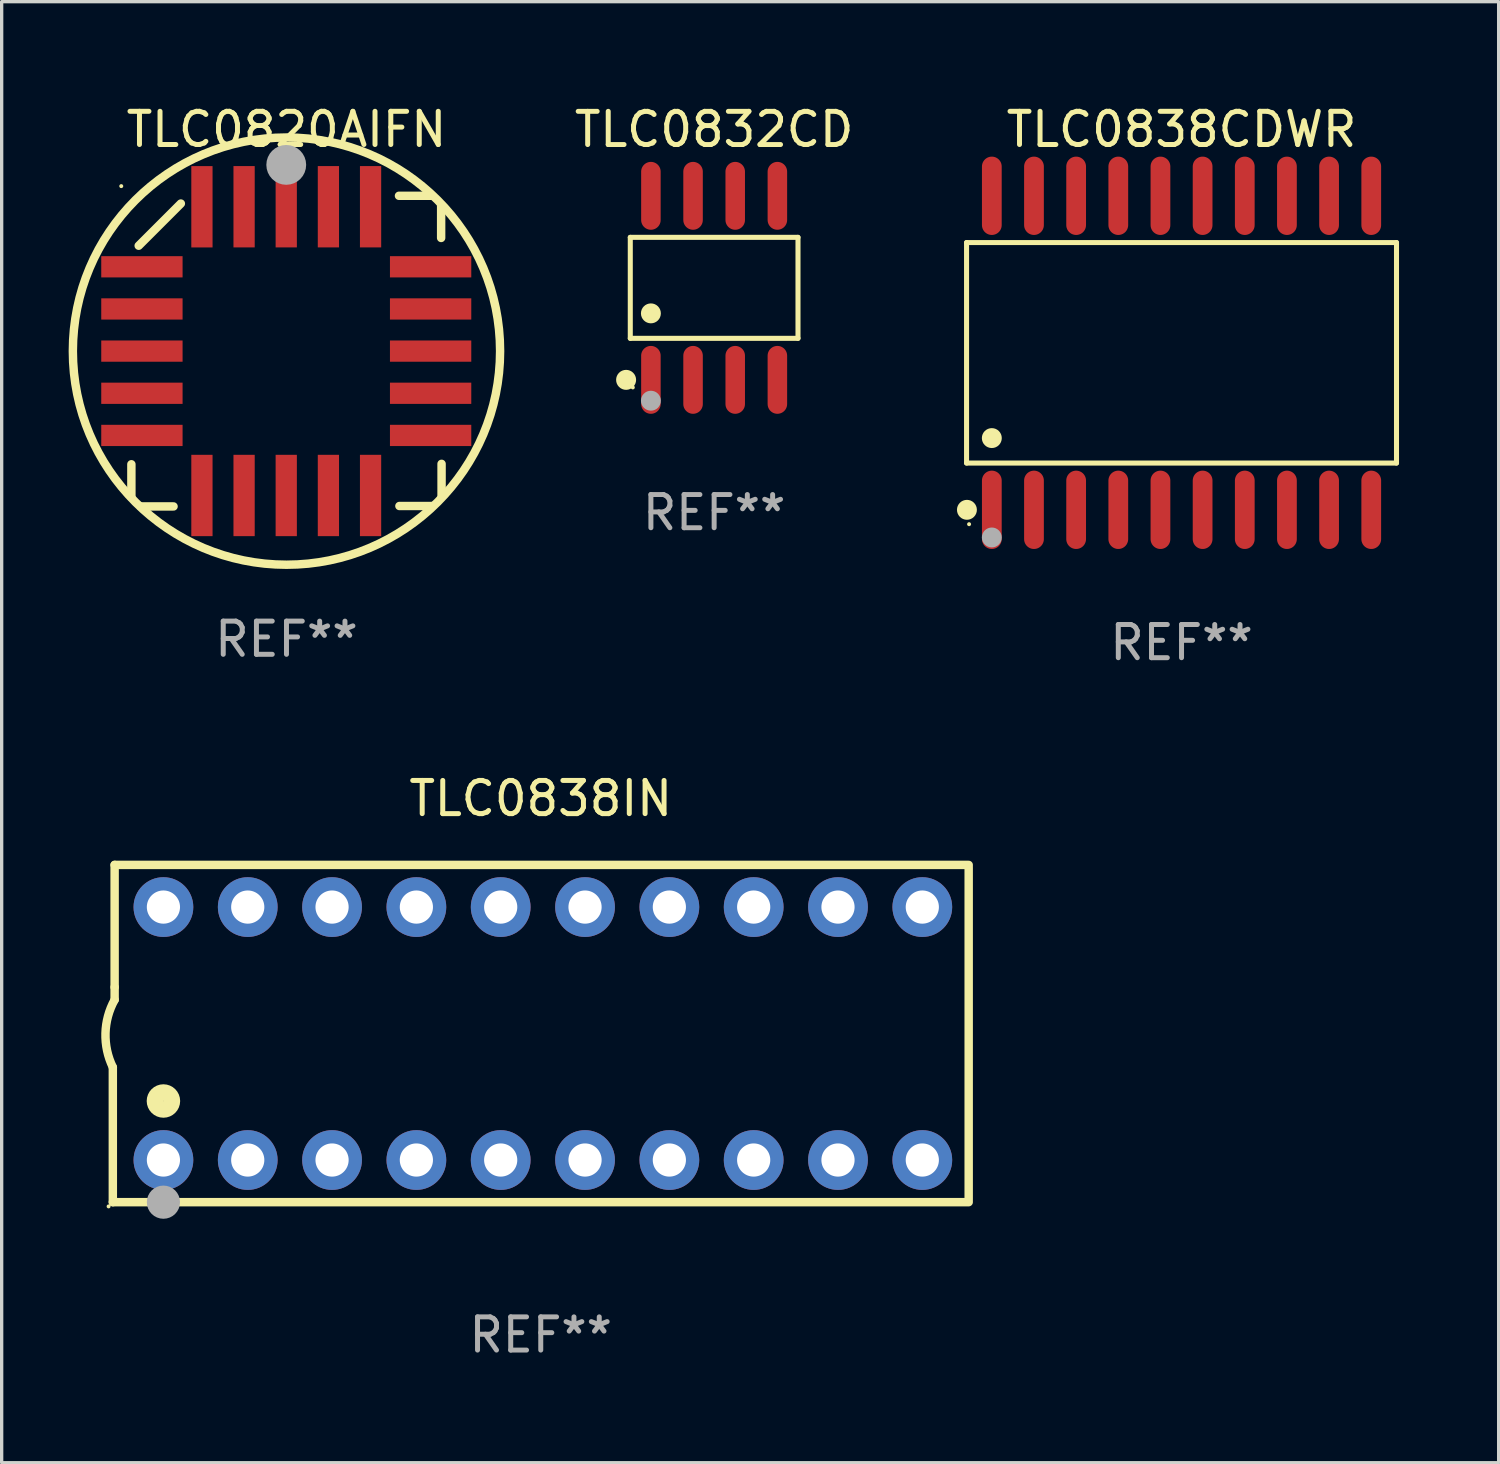
<source format=kicad_pcb>
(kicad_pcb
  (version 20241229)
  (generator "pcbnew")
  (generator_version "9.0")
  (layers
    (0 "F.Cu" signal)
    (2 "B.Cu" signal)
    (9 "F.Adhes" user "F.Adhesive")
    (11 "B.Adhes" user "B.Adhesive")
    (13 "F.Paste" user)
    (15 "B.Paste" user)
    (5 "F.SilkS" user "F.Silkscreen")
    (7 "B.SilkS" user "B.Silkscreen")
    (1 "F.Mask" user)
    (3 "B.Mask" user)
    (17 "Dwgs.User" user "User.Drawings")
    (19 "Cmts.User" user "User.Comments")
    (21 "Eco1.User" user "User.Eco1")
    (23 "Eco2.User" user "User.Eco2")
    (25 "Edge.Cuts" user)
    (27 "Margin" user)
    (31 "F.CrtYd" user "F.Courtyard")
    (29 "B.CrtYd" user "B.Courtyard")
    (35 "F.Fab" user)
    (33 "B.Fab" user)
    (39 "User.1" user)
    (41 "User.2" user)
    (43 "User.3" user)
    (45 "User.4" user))
  (footprint "TLC0838IN"
    (layer "F.Cu")
    (at 13.24 28.085)
    (property "Reference" "TLC0838IN" (at 0 -7.08 0) (layer "F.SilkS") (effects (font (size 1 1) (thickness 0.15))))
    (attr through_hole)
    (fp_line (start -12.891 5.08) (end -12.891 1.016) (stroke (width 0.254) (type solid)) (layer "F.SilkS"))
    (fp_line (start -12.891 5.08) (end 12.891 5.08) (stroke (width 0.254) (type solid)) (layer "F.SilkS"))
    (fp_line (start -12.837 -5.08) (end -12.837 -1.397) (stroke (width 0.254) (type solid)) (layer "F.SilkS"))
    (fp_line (start -12.837 -5.08) (end 12.891 -5.08) (stroke (width 0.254) (type solid)) (layer "F.SilkS"))
    (fp_line (start -12.837 -1.397) (end -12.837 -1.016) (stroke (width 0.254) (type solid)) (layer "F.SilkS"))
    (fp_line (start 12.891 -5) (end 12.891 5) (stroke (width 0.254) (type solid)) (layer "F.SilkS"))
    (fp_arc (start -12.890526 1.016002) (mid -13.111945 -0.006602) (end -12.836525 -1.016002) (stroke (width 0.254001) (type solid)) (layer "F.SilkS"))
    (fp_circle (center -13.018 5.207) (end -12.988 5.207) (stroke (width 0.06) (type solid)) (fill no) (layer "F.SilkS"))
    (fp_circle (center -11.367 2.032) (end -11.113 2.032) (stroke (width 0.5) (type solid)) (fill no) (layer "F.SilkS"))
    (fp_circle (center -11.367 5.08) (end -11.117 5.08) (stroke (width 0.5) (type solid)) (fill no) (layer "F.Fab"))
    (fp_text user "REF**" (at 0 9.08 0) (layer "F.Fab") (effects (font (size 1 1) (thickness 0.15))))
    (pad "1" thru_hole circle (at -11.367 3.81) (size 1.8 1.8) (drill 1) (layers "*.Cu" "*.Mask"))
    (pad "2" thru_hole circle (at -8.827 3.81) (size 1.8 1.8) (drill 1) (layers "*.Cu" "*.Mask"))
    (pad "3" thru_hole circle (at -6.287 3.81) (size 1.8 1.8) (drill 1) (layers "*.Cu" "*.Mask"))
    (pad "4" thru_hole circle (at -3.747 3.81) (size 1.8 1.8) (drill 1) (layers "*.Cu" "*.Mask"))
    (pad "5" thru_hole circle (at -1.207 3.81) (size 1.8 1.8) (drill 1) (layers "*.Cu" "*.Mask"))
    (pad "6" thru_hole circle (at 1.334 3.81) (size 1.8 1.8) (drill 1) (layers "*.Cu" "*.Mask"))
    (pad "7" thru_hole circle (at 3.874 3.81) (size 1.8 1.8) (drill 1) (layers "*.Cu" "*.Mask"))
    (pad "8" thru_hole circle (at 6.414 3.81) (size 1.8 1.8) (drill 1) (layers "*.Cu" "*.Mask"))
    (pad "9" thru_hole circle (at 8.954 3.81) (size 1.8 1.8) (drill 1) (layers "*.Cu" "*.Mask"))
    (pad "10" thru_hole circle (at 11.494 3.81) (size 1.8 1.8) (drill 1) (layers "*.Cu" "*.Mask"))
    (pad "11" thru_hole circle (at 11.494 -3.81) (size 1.8 1.8) (drill 1) (layers "*.Cu" "*.Mask"))
    (pad "12" thru_hole circle (at 8.954 -3.81) (size 1.8 1.8) (drill 1) (layers "*.Cu" "*.Mask"))
    (pad "13" thru_hole circle (at 6.414 -3.81) (size 1.8 1.8) (drill 1) (layers "*.Cu" "*.Mask"))
    (pad "14" thru_hole circle (at 3.874 -3.81) (size 1.8 1.8) (drill 1) (layers "*.Cu" "*.Mask"))
    (pad "15" thru_hole circle (at 1.334 -3.81) (size 1.8 1.8) (drill 1) (layers "*.Cu" "*.Mask"))
    (pad "16" thru_hole circle (at -1.207 -3.81) (size 1.8 1.8) (drill 1) (layers "*.Cu" "*.Mask"))
    (pad "17" thru_hole circle (at -3.747 -3.81) (size 1.8 1.8) (drill 1) (layers "*.Cu" "*.Mask"))
    (pad "18" thru_hole circle (at -6.287 -3.81) (size 1.8 1.8) (drill 1) (layers "*.Cu" "*.Mask"))
    (pad "19" thru_hole circle (at -8.827 -3.81) (size 1.8 1.8) (drill 1) (layers "*.Cu" "*.Mask"))
    (pad "20" thru_hole circle (at -11.367 -3.81) (size 1.8 1.8) (drill 1) (layers "*.Cu" "*.Mask")))
  (footprint "TLC0820AIFN"
    (layer "F.Cu")
    (at 5.58 7.527)
    (property "Reference" "TLC0820AIFN" (at 0 -6.679 0) (layer "F.SilkS") (effects (font (size 1 1) (thickness 0.15))))
    (attr through_hole)
    (fp_line (start -4.672 4.4) (end -4.672 3.409) (stroke (width 0.254) (type solid)) (layer "F.SilkS"))
    (fp_line (start -4.452 -3.175) (end -3.182 -4.445) (stroke (width 0.254) (type solid)) (layer "F.SilkS"))
    (fp_line (start -4.393 4.679) (end -3.402 4.679) (stroke (width 0.254) (type solid)) (layer "F.SilkS"))
    (fp_line (start 4.379 -4.679) (end 3.389 -4.679) (stroke (width 0.254) (type solid)) (layer "F.SilkS"))
    (fp_line (start 4.393 4.666) (end 3.402 4.666) (stroke (width 0.254) (type solid)) (layer "F.SilkS"))
    (fp_line (start 4.659 -4.4) (end 4.659 -3.409) (stroke (width 0.254) (type solid)) (layer "F.SilkS"))
    (fp_line (start 4.672 4.386) (end 4.672 3.396) (stroke (width 0.254) (type solid)) (layer "F.SilkS"))
    (fp_arc (start -4.672276 4.424968) (mid 4.672254 -4.424946) (end -4.672276 4.424968) (stroke (width 0.254001) (type solid)) (layer "F.SilkS"))
    (fp_arc (start 0.089827 -5.759969) (mid 0.097662 -5.803742) (end 0.120307 -5.842012) (stroke (width 0.249936) (type solid)) (layer "F.SilkS"))
    (fp_circle (center -4.977 -4.97) (end -4.947 -4.97) (stroke (width 0.06) (type solid)) (fill no) (layer "F.SilkS"))
    (fp_circle (center -0.007 -5.61) (end 0.293 -5.61) (stroke (width 0.6) (type solid)) (fill no) (layer "F.Fab"))
    (fp_text user "REF**" (at 0 8.679 0) (layer "F.Fab") (effects (font (size 1 1) (thickness 0.15))))
    (pad "1" smd rect (at -0.007 -4.349) (size 0.64 2.45) (layers "F.Cu" "F.Mask" "F.Paste"))
    (pad "2" smd rect (at -1.277 -4.349) (size 0.64 2.45) (layers "F.Cu" "F.Mask" "F.Paste"))
    (pad "3" smd rect (at -2.547 -4.348) (size 0.64 2.45) (layers "F.Cu" "F.Mask" "F.Paste"))
    (pad "4" smd rect (at -4.355 -2.54) (size 2.45 0.64) (layers "F.Cu" "F.Mask" "F.Paste"))
    (pad "5" smd rect (at -4.355 -1.27) (size 2.45 0.64) (layers "F.Cu" "F.Mask" "F.Paste"))
    (pad "6" smd rect (at -4.355 0) (size 2.45 0.64) (layers "F.Cu" "F.Mask" "F.Paste"))
    (pad "7" smd rect (at -4.355 1.27) (size 2.45 0.64) (layers "F.Cu" "F.Mask" "F.Paste"))
    (pad "8" smd rect (at -4.355 2.54) (size 2.45 0.64) (layers "F.Cu" "F.Mask" "F.Paste"))
    (pad "9" smd rect (at -2.547 4.349) (size 0.64 2.45) (layers "F.Cu" "F.Mask" "F.Paste"))
    (pad "10" smd rect (at -1.277 4.349) (size 0.64 2.45) (layers "F.Cu" "F.Mask" "F.Paste"))
    (pad "11" smd rect (at -0.007 4.349) (size 0.64 2.45) (layers "F.Cu" "F.Mask" "F.Paste"))
    (pad "12" smd rect (at 1.263 4.349) (size 0.64 2.45) (layers "F.Cu" "F.Mask" "F.Paste"))
    (pad "13" smd rect (at 2.533 4.349) (size 0.64 2.45) (layers "F.Cu" "F.Mask" "F.Paste"))
    (pad "14" smd rect (at 4.342 2.54) (size 2.45 0.64) (layers "F.Cu" "F.Mask" "F.Paste"))
    (pad "15" smd rect (at 4.342 1.27) (size 2.45 0.64) (layers "F.Cu" "F.Mask" "F.Paste"))
    (pad "16" smd rect (at 4.342 0) (size 2.45 0.64) (layers "F.Cu" "F.Mask" "F.Paste"))
    (pad "17" smd rect (at 4.342 -1.27) (size 2.45 0.64) (layers "F.Cu" "F.Mask" "F.Paste"))
    (pad "18" smd rect (at 4.342 -2.54) (size 2.45 0.64) (layers "F.Cu" "F.Mask" "F.Paste"))
    (pad "19" smd rect (at 2.533 -4.349) (size 0.64 2.45) (layers "F.Cu" "F.Mask" "F.Paste"))
    (pad "20" smd rect (at 1.263 -4.349) (size 0.64 2.45) (layers "F.Cu" "F.Mask" "F.Paste")))
  (footprint "TLC0832CD"
    (layer "F.Cu")
    (at 18.463 5.621)
    (property "Reference" "TLC0832CD" (at 0 -4.772 0) (layer "F.SilkS") (effects (font (size 1 1) (thickness 0.15))))
    (attr through_hole)
    (fp_line (start -2.526 -1.521) (end 2.526 -1.521) (stroke (width 0.152) (type solid)) (layer "F.SilkS"))
    (fp_line (start -2.526 1.521) (end -2.526 -1.521) (stroke (width 0.152) (type solid)) (layer "F.SilkS"))
    (fp_line (start 2.526 -1.521) (end 2.526 1.521) (stroke (width 0.152) (type solid)) (layer "F.SilkS"))
    (fp_line (start 2.526 1.521) (end -2.526 1.521) (stroke (width 0.152) (type solid)) (layer "F.SilkS"))
    (fp_circle (center -2.652 2.772) (end -2.501 2.772) (stroke (width 0.3) (type solid)) (fill no) (layer "F.SilkS"))
    (fp_circle (center -2.45 3) (end -2.42 3) (stroke (width 0.06) (type solid)) (fill no) (layer "F.SilkS"))
    (fp_circle (center -1.905 0.769) (end -1.755 0.769) (stroke (width 0.3) (type solid)) (fill no) (layer "F.SilkS"))
    (fp_circle (center -1.905 3.4) (end -1.755 3.4) (stroke (width 0.3) (type solid)) (fill no) (layer "F.Fab"))
    (fp_text user "REF**" (at 0 6.772 0) (layer "F.Fab") (effects (font (size 1 1) (thickness 0.15))))
    (pad "1" smd oval (at -1.905 2.772) (size 0.588 2.045) (layers "F.Cu" "F.Mask" "F.Paste"))
    (pad "2" smd oval (at -0.635 2.772) (size 0.588 2.045) (layers "F.Cu" "F.Mask" "F.Paste"))
    (pad "3" smd oval (at 0.635 2.772) (size 0.588 2.045) (layers "F.Cu" "F.Mask" "F.Paste"))
    (pad "4" smd oval (at 1.905 2.772) (size 0.588 2.045) (layers "F.Cu" "F.Mask" "F.Paste"))
    (pad "5" smd oval (at 1.905 -2.772) (size 0.588 2.045) (layers "F.Cu" "F.Mask" "F.Paste"))
    (pad "6" smd oval (at 0.635 -2.772) (size 0.588 2.045) (layers "F.Cu" "F.Mask" "F.Paste"))
    (pad "7" smd oval (at -0.635 -2.772) (size 0.588 2.045) (layers "F.Cu" "F.Mask" "F.Paste"))
    (pad "8" smd oval (at -1.905 -2.772) (size 0.588 2.045) (layers "F.Cu" "F.Mask" "F.Paste")))
  (footprint "TLC0838CDWR"
    (layer "F.Cu")
    (at 32.543 7.578)
    (property "Reference" "TLC0838CDWR" (at 0 -6.73 0) (layer "F.SilkS") (effects (font (size 1 1) (thickness 0.15))))
    (attr through_hole)
    (fp_line (start -6.476 -3.321) (end 6.476 -3.321) (stroke (width 0.152) (type solid)) (layer "F.SilkS"))
    (fp_line (start -6.476 3.321) (end -6.476 -3.321) (stroke (width 0.152) (type solid)) (layer "F.SilkS"))
    (fp_line (start 6.476 -3.321) (end 6.476 3.321) (stroke (width 0.152) (type solid)) (layer "F.SilkS"))
    (fp_line (start 6.476 3.321) (end -6.476 3.321) (stroke (width 0.152) (type solid)) (layer "F.SilkS"))
    (fp_circle (center -6.465 4.73) (end -6.315 4.73) (stroke (width 0.3) (type solid)) (fill no) (layer "F.SilkS"))
    (fp_circle (center -6.4 5.163) (end -6.37 5.163) (stroke (width 0.06) (type solid)) (fill no) (layer "F.SilkS"))
    (fp_circle (center -5.715 2.569) (end -5.565 2.569) (stroke (width 0.3) (type solid)) (fill no) (layer "F.SilkS"))
    (fp_circle (center -5.715 5.563) (end -5.565 5.563) (stroke (width 0.3) (type solid)) (fill no) (layer "F.Fab"))
    (fp_text user "REF**" (at 0 8.73 0) (layer "F.Fab") (effects (font (size 1 1) (thickness 0.15))))
    (pad "1" smd oval (at -5.715 4.73) (size 0.595 2.36) (layers "F.Cu" "F.Mask" "F.Paste"))
    (pad "2" smd oval (at -4.445 4.73) (size 0.595 2.36) (layers "F.Cu" "F.Mask" "F.Paste"))
    (pad "3" smd oval (at -3.175 4.73) (size 0.595 2.36) (layers "F.Cu" "F.Mask" "F.Paste"))
    (pad "4" smd oval (at -1.905 4.73) (size 0.595 2.36) (layers "F.Cu" "F.Mask" "F.Paste"))
    (pad "5" smd oval (at -0.635 4.73) (size 0.595 2.36) (layers "F.Cu" "F.Mask" "F.Paste"))
    (pad "6" smd oval (at 0.635 4.73) (size 0.595 2.36) (layers "F.Cu" "F.Mask" "F.Paste"))
    (pad "7" smd oval (at 1.905 4.73) (size 0.595 2.36) (layers "F.Cu" "F.Mask" "F.Paste"))
    (pad "8" smd oval (at 3.175 4.73) (size 0.595 2.36) (layers "F.Cu" "F.Mask" "F.Paste"))
    (pad "9" smd oval (at 4.445 4.73) (size 0.595 2.36) (layers "F.Cu" "F.Mask" "F.Paste"))
    (pad "10" smd oval (at 5.715 4.73) (size 0.595 2.36) (layers "F.Cu" "F.Mask" "F.Paste"))
    (pad "11" smd oval (at 5.715 -4.73) (size 0.595 2.36) (layers "F.Cu" "F.Mask" "F.Paste"))
    (pad "12" smd oval (at 4.445 -4.73) (size 0.595 2.36) (layers "F.Cu" "F.Mask" "F.Paste"))
    (pad "13" smd oval (at 3.175 -4.73) (size 0.595 2.36) (layers "F.Cu" "F.Mask" "F.Paste"))
    (pad "14" smd oval (at 1.905 -4.73) (size 0.595 2.36) (layers "F.Cu" "F.Mask" "F.Paste"))
    (pad "15" smd oval (at 0.635 -4.73) (size 0.595 2.36) (layers "F.Cu" "F.Mask" "F.Paste"))
    (pad "16" smd oval (at -0.635 -4.73) (size 0.595 2.36) (layers "F.Cu" "F.Mask" "F.Paste"))
    (pad "17" smd oval (at -1.905 -4.73) (size 0.595 2.36) (layers "F.Cu" "F.Mask" "F.Paste"))
    (pad "18" smd oval (at -3.175 -4.73) (size 0.595 2.36) (layers "F.Cu" "F.Mask" "F.Paste"))
    (pad "19" smd oval (at -4.445 -4.73) (size 0.595 2.36) (layers "F.Cu" "F.Mask" "F.Paste"))
    (pad "20" smd oval (at -5.715 -4.73) (size 0.595 2.36) (layers "F.Cu" "F.Mask" "F.Paste")))
  (gr_rect
    (start -3 -3)
    (end 42.096 41.013)
    (stroke (width 0.1) (type default))
    (fill no)
    (layer "Edge.Cuts")))
</source>
